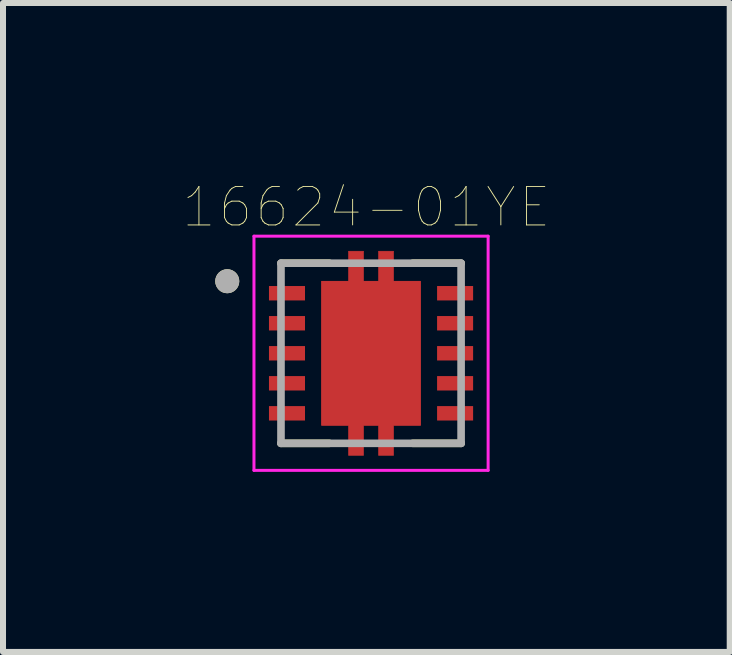
<source format=kicad_pcb>
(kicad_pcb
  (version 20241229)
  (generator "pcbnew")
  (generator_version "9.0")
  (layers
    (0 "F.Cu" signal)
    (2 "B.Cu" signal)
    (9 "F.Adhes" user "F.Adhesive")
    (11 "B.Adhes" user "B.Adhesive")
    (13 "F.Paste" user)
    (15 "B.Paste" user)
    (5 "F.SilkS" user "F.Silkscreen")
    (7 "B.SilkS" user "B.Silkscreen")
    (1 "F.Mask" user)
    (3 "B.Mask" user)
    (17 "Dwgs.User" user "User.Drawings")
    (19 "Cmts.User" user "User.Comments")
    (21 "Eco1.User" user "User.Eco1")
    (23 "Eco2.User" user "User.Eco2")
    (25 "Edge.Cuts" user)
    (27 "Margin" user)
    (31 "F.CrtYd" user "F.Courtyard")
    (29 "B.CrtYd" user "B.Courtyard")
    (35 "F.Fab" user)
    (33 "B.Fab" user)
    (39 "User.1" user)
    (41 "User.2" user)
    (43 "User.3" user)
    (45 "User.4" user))
  (footprint "16624-01YE"
    (layer "F.Cu")
    (at 3.13 2.834)
    (property "Reference" "16624-01YE" (at -0.078 -2.433 0) (layer "F.SilkS") (effects (font (size 0.64 0.64) (thickness 0.015))))
    (attr smd)
    (fp_poly (pts (xy -0.825 -1.2) (xy -0.375 -1.2) (xy -0.375 -1.7) (xy -0.125 -1.7) (xy -0.125 -1.2) (xy 0.125 -1.2) (xy 0.125 -1.7) (xy 0.375 -1.7) (xy 0.375 -1.2) (xy 0.825 -1.2) (xy 0.825 1.2) (xy 0.375 1.2) (xy 0.375 1.7) (xy 0.125 1.7) (xy 0.125 1.2) (xy -0.125 1.2) (xy -0.125 1.7) (xy -0.375 1.7) (xy -0.375 1.2) (xy -0.825 1.2)) (stroke (width 0.01) (type solid)) (fill yes) (layer "F.Cu"))
    (fp_poly (pts (xy -1.77 -1.19) (xy -1.03 -1.19) (xy -1.03 -0.81) (xy -1.77 -0.81)) (stroke (width 0.01) (type solid)) (fill yes) (layer "F.Mask"))
    (fp_poly (pts (xy -1.77 -0.69) (xy -1.03 -0.69) (xy -1.03 -0.31) (xy -1.77 -0.31)) (stroke (width 0.01) (type solid)) (fill yes) (layer "F.Mask"))
    (fp_poly (pts (xy -1.77 -0.19) (xy -1.03 -0.19) (xy -1.03 0.19) (xy -1.77 0.19)) (stroke (width 0.01) (type solid)) (fill yes) (layer "F.Mask"))
    (fp_poly (pts (xy -1.77 0.31) (xy -1.03 0.31) (xy -1.03 0.69) (xy -1.77 0.69)) (stroke (width 0.01) (type solid)) (fill yes) (layer "F.Mask"))
    (fp_poly (pts (xy -1.77 0.81) (xy -1.03 0.81) (xy -1.03 1.19) (xy -1.77 1.19)) (stroke (width 0.01) (type solid)) (fill yes) (layer "F.Mask"))
    (fp_poly (pts (xy 1.03 -1.19) (xy 1.77 -1.19) (xy 1.77 -0.81) (xy 1.03 -0.81)) (stroke (width 0.01) (type solid)) (fill yes) (layer "F.Mask"))
    (fp_poly (pts (xy 1.03 -0.69) (xy 1.77 -0.69) (xy 1.77 -0.31) (xy 1.03 -0.31)) (stroke (width 0.01) (type solid)) (fill yes) (layer "F.Mask"))
    (fp_poly (pts (xy 1.03 -0.19) (xy 1.77 -0.19) (xy 1.77 0.19) (xy 1.03 0.19)) (stroke (width 0.01) (type solid)) (fill yes) (layer "F.Mask"))
    (fp_poly (pts (xy 1.03 0.31) (xy 1.77 0.31) (xy 1.77 0.69) (xy 1.03 0.69)) (stroke (width 0.01) (type solid)) (fill yes) (layer "F.Mask"))
    (fp_poly (pts (xy 1.03 0.81) (xy 1.77 0.81) (xy 1.77 1.19) (xy 1.03 1.19)) (stroke (width 0.01) (type solid)) (fill yes) (layer "F.Mask"))
    (fp_poly (pts (xy -0.895 -1.27) (xy -0.445 -1.27) (xy -0.445 -1.77) (xy -0.055 -1.77) (xy -0.055 -1.27) (xy 0.055 -1.27) (xy 0.055 -1.77) (xy 0.445 -1.77) (xy 0.445 -1.27) (xy 0.895 -1.27) (xy 0.895 1.27) (xy 0.445 1.27) (xy 0.445 1.77) (xy 0.055 1.77) (xy 0.055 1.27) (xy -0.055 1.27) (xy -0.055 1.77) (xy -0.445 1.77) (xy -0.445 1.27) (xy -0.895 1.27)) (stroke (width 0.01) (type solid)) (fill yes) (layer "F.Mask"))
    (fp_line (start -1.5 -1.5) (end -0.695 -1.5) (stroke (width 0.127) (type solid)) (layer "F.SilkS"))
    (fp_line (start -1.5 1.5) (end -0.695 1.5) (stroke (width 0.127) (type solid)) (layer "F.SilkS"))
    (fp_line (start 0.695 -1.5) (end 1.5 -1.5) (stroke (width 0.127) (type solid)) (layer "F.SilkS"))
    (fp_line (start 0.695 1.5) (end 1.5 1.5) (stroke (width 0.127) (type solid)) (layer "F.SilkS"))
    (fp_circle (center -2.395 -1.2) (end -2.295 -1.2) (stroke (width 0.2) (type solid)) (fill no) (layer "F.SilkS"))
    (fp_poly (pts (xy -0.75 -1.16) (xy 0.75 -1.16) (xy 0.75 -0.1) (xy -0.75 -0.1)) (stroke (width 0.01) (type solid)) (fill yes) (layer "F.Paste"))
    (fp_poly (pts (xy -0.75 0.1) (xy 0.75 0.1) (xy 0.75 1.16) (xy -0.75 1.16)) (stroke (width 0.01) (type solid)) (fill yes) (layer "F.Paste"))
    (fp_poly (pts (xy -0.375 -1.7) (xy -0.125 -1.7) (xy -0.125 -1.36) (xy -0.375 -1.36)) (stroke (width 0.01) (type solid)) (fill yes) (layer "F.Paste"))
    (fp_poly (pts (xy -0.375 1.36) (xy -0.125 1.36) (xy -0.125 1.7) (xy -0.375 1.7)) (stroke (width 0.01) (type solid)) (fill yes) (layer "F.Paste"))
    (fp_poly (pts (xy 0.125 -1.7) (xy 0.375 -1.7) (xy 0.375 -1.36) (xy 0.125 -1.36)) (stroke (width 0.01) (type solid)) (fill yes) (layer "F.Paste"))
    (fp_poly (pts (xy 0.125 1.36) (xy 0.375 1.36) (xy 0.375 1.7) (xy 0.125 1.7)) (stroke (width 0.01) (type solid)) (fill yes) (layer "F.Paste"))
    (fp_line (start -1.95 -1.95) (end -1.95 1.95) (stroke (width 0.05) (type solid)) (layer "F.CrtYd"))
    (fp_line (start -1.95 -1.95) (end 1.95 -1.95) (stroke (width 0.05) (type solid)) (layer "F.CrtYd"))
    (fp_line (start -1.95 1.95) (end 1.95 1.95) (stroke (width 0.05) (type solid)) (layer "F.CrtYd"))
    (fp_line (start 1.95 -1.95) (end 1.95 1.95) (stroke (width 0.05) (type solid)) (layer "F.CrtYd"))
    (fp_line (start -1.5 -1.5) (end -1.5 1.5) (stroke (width 0.127) (type solid)) (layer "F.Fab"))
    (fp_line (start -1.5 -1.5) (end 1.5 -1.5) (stroke (width 0.127) (type solid)) (layer "F.Fab"))
    (fp_line (start -1.5 1.5) (end 1.5 1.5) (stroke (width 0.127) (type solid)) (layer "F.Fab"))
    (fp_line (start 1.5 -1.5) (end 1.5 1.5) (stroke (width 0.127) (type solid)) (layer "F.Fab"))
    (fp_circle (center -2.395 -1.2) (end -2.295 -1.2) (stroke (width 0.2) (type solid)) (fill no) (layer "F.Fab"))
    (pad "1" smd rect (at -1.4 -1) (size 0.6 0.24) (layers "F.Cu" "F.Paste"))
    (pad "2" smd rect (at -1.4 -0.5) (size 0.6 0.24) (layers "F.Cu" "F.Paste"))
    (pad "3" smd rect (at -1.4 0) (size 0.6 0.24) (layers "F.Cu" "F.Paste"))
    (pad "4" smd rect (at -1.4 0.5) (size 0.6 0.24) (layers "F.Cu" "F.Paste"))
    (pad "5" smd rect (at -1.4 1) (size 0.6 0.24) (layers "F.Cu" "F.Paste"))
    (pad "6" smd rect (at 1.4 1) (size 0.6 0.24) (layers "F.Cu" "F.Paste"))
    (pad "7" smd rect (at 1.4 0.5) (size 0.6 0.24) (layers "F.Cu" "F.Paste"))
    (pad "8" smd rect (at 1.4 0) (size 0.6 0.24) (layers "F.Cu" "F.Paste"))
    (pad "9" smd rect (at 1.4 -0.5) (size 0.6 0.24) (layers "F.Cu" "F.Paste"))
    (pad "10" smd rect (at 1.4 -1) (size 0.6 0.24) (layers "F.Cu" "F.Paste"))
    (pad "11" smd rect (at 0 0) (size 1.65 2.4) (layers "F.Cu")))
  (gr_rect
    (start -3 -3)
    (end 9.104 7.809)
    (stroke (width 0.1) (type default))
    (fill no)
    (layer "Edge.Cuts")))
</source>
